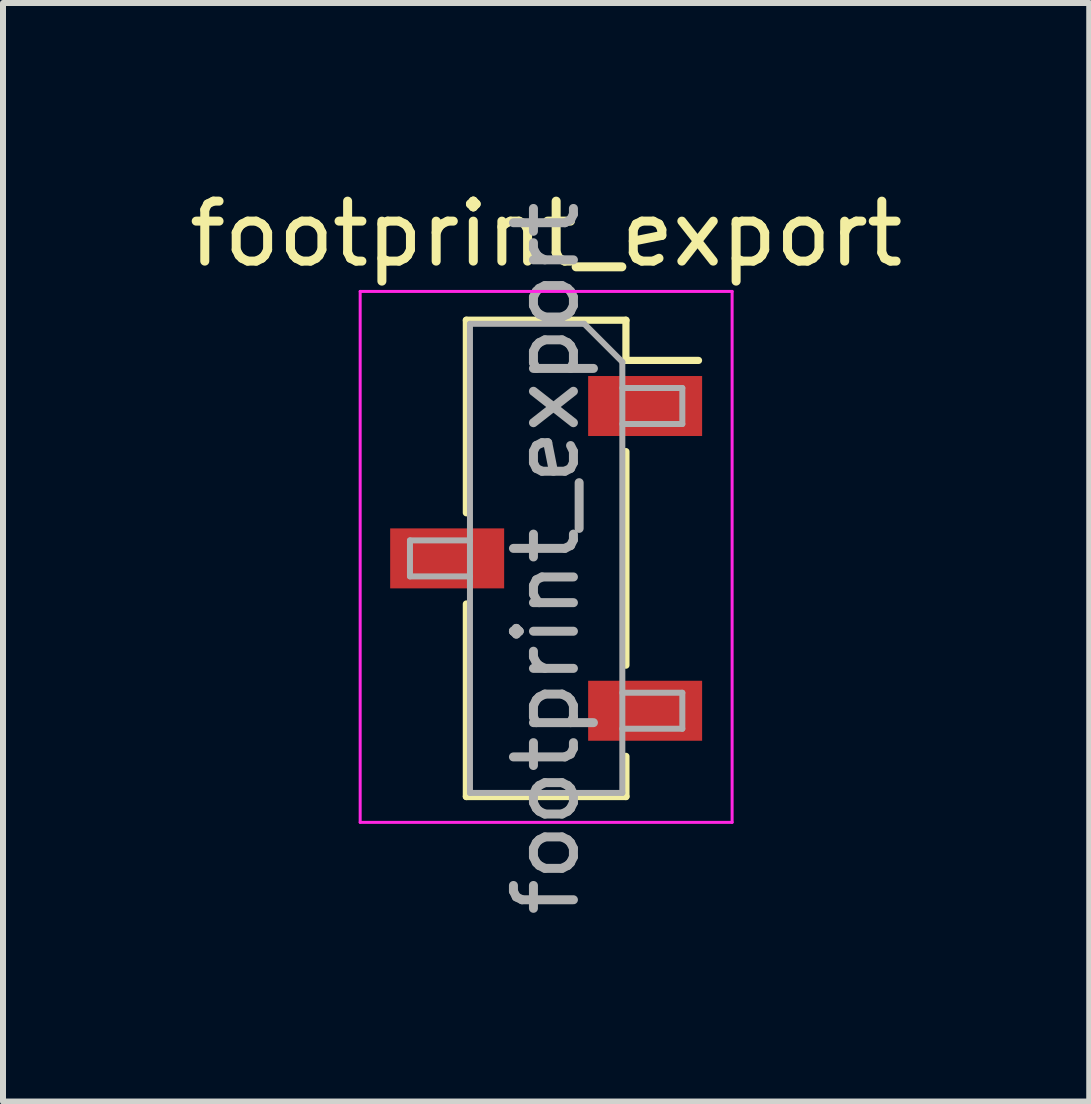
<source format=kicad_pcb>
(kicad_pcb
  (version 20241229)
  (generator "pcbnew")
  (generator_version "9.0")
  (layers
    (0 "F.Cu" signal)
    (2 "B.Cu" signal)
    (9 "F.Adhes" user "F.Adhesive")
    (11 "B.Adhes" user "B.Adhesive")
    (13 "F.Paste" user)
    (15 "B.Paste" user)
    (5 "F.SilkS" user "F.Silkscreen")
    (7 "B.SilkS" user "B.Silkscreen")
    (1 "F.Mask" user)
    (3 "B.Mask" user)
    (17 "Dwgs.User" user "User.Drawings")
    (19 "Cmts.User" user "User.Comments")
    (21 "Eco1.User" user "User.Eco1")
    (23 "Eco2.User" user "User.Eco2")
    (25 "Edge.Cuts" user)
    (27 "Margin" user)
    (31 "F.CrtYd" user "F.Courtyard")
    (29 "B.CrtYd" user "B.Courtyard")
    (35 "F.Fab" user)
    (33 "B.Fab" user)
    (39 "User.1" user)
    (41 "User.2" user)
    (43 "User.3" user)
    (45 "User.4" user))
  (footprint "footprint_export"
    (layer "F.Cu")
    (at 6.054 6.258)
    (property "Reference" "footprint_export" (at 0 -5.41 0) (layer "F.SilkS") (effects (font (size 1 1) (thickness 0.15))))
    (attr smd)
    (fp_line (start -1.33 -3.97) (end -1.33 -0.76) (stroke (width 0.12) (type solid)) (layer "F.SilkS"))
    (fp_line (start -1.33 -3.97) (end 1.33 -3.97) (stroke (width 0.12) (type solid)) (layer "F.SilkS"))
    (fp_line (start -1.33 0.76) (end -1.33 3.97) (stroke (width 0.12) (type solid)) (layer "F.SilkS"))
    (fp_line (start -1.33 3.97) (end 1.33 3.97) (stroke (width 0.12) (type solid)) (layer "F.SilkS"))
    (fp_line (start 1.33 -3.97) (end 1.33 -3.3) (stroke (width 0.12) (type solid)) (layer "F.SilkS"))
    (fp_line (start 1.33 -3.3) (end 2.54 -3.3) (stroke (width 0.12) (type solid)) (layer "F.SilkS"))
    (fp_line (start 1.33 -1.78) (end 1.33 1.78) (stroke (width 0.12) (type solid)) (layer "F.SilkS"))
    (fp_line (start 1.33 3.3) (end 1.33 3.97) (stroke (width 0.12) (type solid)) (layer "F.SilkS"))
    (fp_line (start -3.1 -4.45) (end 3.1 -4.45) (stroke (width 0.05) (type solid)) (layer "F.CrtYd"))
    (fp_line (start -3.1 4.4) (end -3.1 -4.45) (stroke (width 0.05) (type solid)) (layer "F.CrtYd"))
    (fp_line (start 3.1 -4.45) (end 3.1 4.4) (stroke (width 0.05) (type solid)) (layer "F.CrtYd"))
    (fp_line (start 3.1 4.4) (end -3.1 4.4) (stroke (width 0.05) (type solid)) (layer "F.CrtYd"))
    (fp_line (start -2.27 -0.3) (end -1.27 -0.3) (stroke (width 0.1) (type solid)) (layer "F.Fab"))
    (fp_line (start -2.27 0.3) (end -2.27 -0.3) (stroke (width 0.1) (type solid)) (layer "F.Fab"))
    (fp_line (start -1.27 -3.91) (end 0.635 -3.91) (stroke (width 0.1) (type solid)) (layer "F.Fab"))
    (fp_line (start -1.27 0.3) (end -2.27 0.3) (stroke (width 0.1) (type solid)) (layer "F.Fab"))
    (fp_line (start -1.27 3.91) (end -1.27 -3.91) (stroke (width 0.1) (type solid)) (layer "F.Fab"))
    (fp_line (start 0.635 -3.91) (end 1.27 -3.275) (stroke (width 0.1) (type solid)) (layer "F.Fab"))
    (fp_line (start 1.27 -3.275) (end 1.27 3.91) (stroke (width 0.1) (type solid)) (layer "F.Fab"))
    (fp_line (start 1.27 -2.84) (end 2.27 -2.84) (stroke (width 0.1) (type solid)) (layer "F.Fab"))
    (fp_line (start 1.27 2.24) (end 2.27 2.24) (stroke (width 0.1) (type solid)) (layer "F.Fab"))
    (fp_line (start 1.27 3.91) (end -1.27 3.91) (stroke (width 0.1) (type solid)) (layer "F.Fab"))
    (fp_line (start 2.27 -2.84) (end 2.27 -2.24) (stroke (width 0.1) (type solid)) (layer "F.Fab"))
    (fp_line (start 2.27 -2.24) (end 1.27 -2.24) (stroke (width 0.1) (type solid)) (layer "F.Fab"))
    (fp_line (start 2.27 2.24) (end 2.27 2.84) (stroke (width 0.1) (type solid)) (layer "F.Fab"))
    (fp_line (start 2.27 2.84) (end 1.27 2.84) (stroke (width 0.1) (type solid)) (layer "F.Fab"))
    (fp_text user "${REFERENCE}" (at 0 0 90) (layer "F.Fab") (effects (font (size 1 1) (thickness 0.15))))
    (pad "1" smd rect (at 1.65 -2.54) (size 1.9 1) (layers "F.Cu" "F.Mask" "F.Paste"))
    (pad "2" smd rect (at -1.65 0) (size 1.9 1) (layers "F.Cu" "F.Mask" "F.Paste"))
    (pad "3" smd rect (at 1.65 2.54) (size 1.9 1) (layers "F.Cu" "F.Mask" "F.Paste")))
  (gr_rect
    (start -3 -3)
    (end 15.107 15.312)
    (stroke (width 0.1) (type default))
    (fill no)
    (layer "Edge.Cuts")))
</source>
